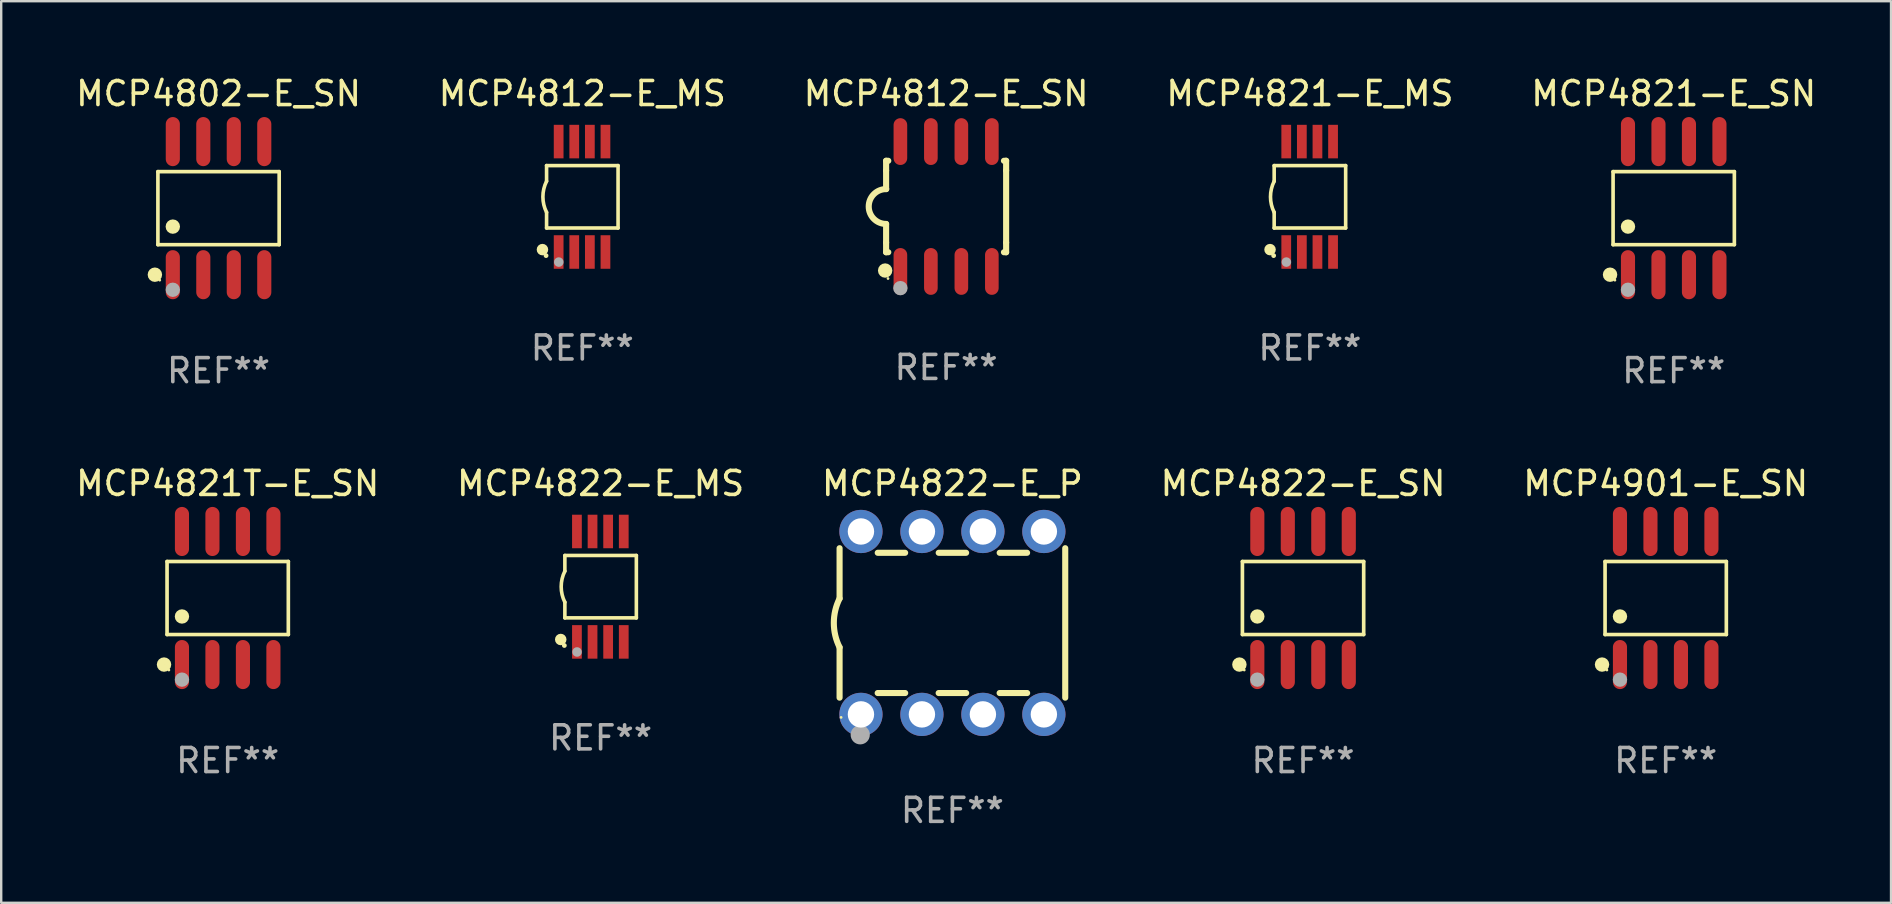
<source format=kicad_pcb>
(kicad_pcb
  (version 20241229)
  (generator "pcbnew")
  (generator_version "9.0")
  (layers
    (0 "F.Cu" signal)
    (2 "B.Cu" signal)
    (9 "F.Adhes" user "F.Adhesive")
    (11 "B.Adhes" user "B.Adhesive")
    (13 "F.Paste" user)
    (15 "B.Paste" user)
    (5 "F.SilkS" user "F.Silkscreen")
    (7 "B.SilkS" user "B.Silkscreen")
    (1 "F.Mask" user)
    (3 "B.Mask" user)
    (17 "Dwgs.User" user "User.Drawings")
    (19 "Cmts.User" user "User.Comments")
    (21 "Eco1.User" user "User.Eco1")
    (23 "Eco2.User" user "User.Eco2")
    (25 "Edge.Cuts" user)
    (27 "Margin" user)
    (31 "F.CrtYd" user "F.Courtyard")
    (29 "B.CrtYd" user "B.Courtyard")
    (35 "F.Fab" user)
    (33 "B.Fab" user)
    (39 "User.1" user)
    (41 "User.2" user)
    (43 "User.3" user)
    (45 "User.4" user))
  (footprint "MCP4802-E_SN"
    (layer "F.Cu")
    (at 6.054 5.621)
    (property "Reference" "MCP4802-E_SN" (at 0 -4.772 0) (layer "F.SilkS") (effects (font (size 1 1) (thickness 0.15))))
    (attr through_hole)
    (fp_line (start -2.526 -1.521) (end 2.526 -1.521) (stroke (width 0.152) (type solid)) (layer "F.SilkS"))
    (fp_line (start -2.526 1.521) (end -2.526 -1.521) (stroke (width 0.152) (type solid)) (layer "F.SilkS"))
    (fp_line (start 2.526 -1.521) (end 2.526 1.521) (stroke (width 0.152) (type solid)) (layer "F.SilkS"))
    (fp_line (start 2.526 1.521) (end -2.526 1.521) (stroke (width 0.152) (type solid)) (layer "F.SilkS"))
    (fp_circle (center -2.652 2.772) (end -2.501 2.772) (stroke (width 0.3) (type solid)) (fill no) (layer "F.SilkS"))
    (fp_circle (center -2.45 3) (end -2.42 3) (stroke (width 0.06) (type solid)) (fill no) (layer "F.SilkS"))
    (fp_circle (center -1.905 0.769) (end -1.755 0.769) (stroke (width 0.3) (type solid)) (fill no) (layer "F.SilkS"))
    (fp_circle (center -1.905 3.4) (end -1.755 3.4) (stroke (width 0.3) (type solid)) (fill no) (layer "F.Fab"))
    (fp_text user "REF**" (at 0 6.772 0) (layer "F.Fab") (effects (font (size 1 1) (thickness 0.15))))
    (pad "1" smd oval (at -1.905 2.772) (size 0.588 2.045) (layers "F.Cu" "F.Mask" "F.Paste"))
    (pad "2" smd oval (at -0.635 2.772) (size 0.588 2.045) (layers "F.Cu" "F.Mask" "F.Paste"))
    (pad "3" smd oval (at 0.635 2.772) (size 0.588 2.045) (layers "F.Cu" "F.Mask" "F.Paste"))
    (pad "4" smd oval (at 1.905 2.772) (size 0.588 2.045) (layers "F.Cu" "F.Mask" "F.Paste"))
    (pad "5" smd oval (at 1.905 -2.772) (size 0.588 2.045) (layers "F.Cu" "F.Mask" "F.Paste"))
    (pad "6" smd oval (at 0.635 -2.772) (size 0.588 2.045) (layers "F.Cu" "F.Mask" "F.Paste"))
    (pad "7" smd oval (at -0.635 -2.772) (size 0.588 2.045) (layers "F.Cu" "F.Mask" "F.Paste"))
    (pad "8" smd oval (at -1.905 -2.772) (size 0.588 2.045) (layers "F.Cu" "F.Mask" "F.Paste")))
  (footprint "MCP4821-E_SN"
    (layer "F.Cu")
    (at 66.673 5.621)
    (property "Reference" "MCP4821-E_SN" (at 0 -4.772 0) (layer "F.SilkS") (effects (font (size 1 1) (thickness 0.15))))
    (attr through_hole)
    (fp_line (start -2.526 -1.521) (end 2.526 -1.521) (stroke (width 0.152) (type solid)) (layer "F.SilkS"))
    (fp_line (start -2.526 1.521) (end -2.526 -1.521) (stroke (width 0.152) (type solid)) (layer "F.SilkS"))
    (fp_line (start 2.526 -1.521) (end 2.526 1.521) (stroke (width 0.152) (type solid)) (layer "F.SilkS"))
    (fp_line (start 2.526 1.521) (end -2.526 1.521) (stroke (width 0.152) (type solid)) (layer "F.SilkS"))
    (fp_circle (center -2.652 2.772) (end -2.501 2.772) (stroke (width 0.3) (type solid)) (fill no) (layer "F.SilkS"))
    (fp_circle (center -2.45 3) (end -2.42 3) (stroke (width 0.06) (type solid)) (fill no) (layer "F.SilkS"))
    (fp_circle (center -1.905 0.769) (end -1.755 0.769) (stroke (width 0.3) (type solid)) (fill no) (layer "F.SilkS"))
    (fp_circle (center -1.905 3.4) (end -1.755 3.4) (stroke (width 0.3) (type solid)) (fill no) (layer "F.Fab"))
    (fp_text user "REF**" (at 0 6.772 0) (layer "F.Fab") (effects (font (size 1 1) (thickness 0.15))))
    (pad "1" smd oval (at -1.905 2.772) (size 0.588 2.045) (layers "F.Cu" "F.Mask" "F.Paste"))
    (pad "2" smd oval (at -0.635 2.772) (size 0.588 2.045) (layers "F.Cu" "F.Mask" "F.Paste"))
    (pad "3" smd oval (at 0.635 2.772) (size 0.588 2.045) (layers "F.Cu" "F.Mask" "F.Paste"))
    (pad "4" smd oval (at 1.905 2.772) (size 0.588 2.045) (layers "F.Cu" "F.Mask" "F.Paste"))
    (pad "5" smd oval (at 1.905 -2.772) (size 0.588 2.045) (layers "F.Cu" "F.Mask" "F.Paste"))
    (pad "6" smd oval (at 0.635 -2.772) (size 0.588 2.045) (layers "F.Cu" "F.Mask" "F.Paste"))
    (pad "7" smd oval (at -0.635 -2.772) (size 0.588 2.045) (layers "F.Cu" "F.Mask" "F.Paste"))
    (pad "8" smd oval (at -1.905 -2.772) (size 0.588 2.045) (layers "F.Cu" "F.Mask" "F.Paste")))
  (footprint "MCP4821T-E_SN"
    (layer "F.Cu")
    (at 6.435 21.862)
    (property "Reference" "MCP4821T-E_SN" (at 0 -4.772 0) (layer "F.SilkS") (effects (font (size 1 1) (thickness 0.15))))
    (attr through_hole)
    (fp_line (start -2.526 -1.521) (end 2.526 -1.521) (stroke (width 0.152) (type solid)) (layer "F.SilkS"))
    (fp_line (start -2.526 1.521) (end -2.526 -1.521) (stroke (width 0.152) (type solid)) (layer "F.SilkS"))
    (fp_line (start 2.526 -1.521) (end 2.526 1.521) (stroke (width 0.152) (type solid)) (layer "F.SilkS"))
    (fp_line (start 2.526 1.521) (end -2.526 1.521) (stroke (width 0.152) (type solid)) (layer "F.SilkS"))
    (fp_circle (center -2.652 2.772) (end -2.501 2.772) (stroke (width 0.3) (type solid)) (fill no) (layer "F.SilkS"))
    (fp_circle (center -2.45 3) (end -2.42 3) (stroke (width 0.06) (type solid)) (fill no) (layer "F.SilkS"))
    (fp_circle (center -1.905 0.769) (end -1.755 0.769) (stroke (width 0.3) (type solid)) (fill no) (layer "F.SilkS"))
    (fp_circle (center -1.905 3.4) (end -1.755 3.4) (stroke (width 0.3) (type solid)) (fill no) (layer "F.Fab"))
    (fp_text user "REF**" (at 0 6.772 0) (layer "F.Fab") (effects (font (size 1 1) (thickness 0.15))))
    (pad "1" smd oval (at -1.905 2.772) (size 0.588 2.045) (layers "F.Cu" "F.Mask" "F.Paste"))
    (pad "2" smd oval (at -0.635 2.772) (size 0.588 2.045) (layers "F.Cu" "F.Mask" "F.Paste"))
    (pad "3" smd oval (at 0.635 2.772) (size 0.588 2.045) (layers "F.Cu" "F.Mask" "F.Paste"))
    (pad "4" smd oval (at 1.905 2.772) (size 0.588 2.045) (layers "F.Cu" "F.Mask" "F.Paste"))
    (pad "5" smd oval (at 1.905 -2.772) (size 0.588 2.045) (layers "F.Cu" "F.Mask" "F.Paste"))
    (pad "6" smd oval (at 0.635 -2.772) (size 0.588 2.045) (layers "F.Cu" "F.Mask" "F.Paste"))
    (pad "7" smd oval (at -0.635 -2.772) (size 0.588 2.045) (layers "F.Cu" "F.Mask" "F.Paste"))
    (pad "8" smd oval (at -1.905 -2.772) (size 0.588 2.045) (layers "F.Cu" "F.Mask" "F.Paste")))
  (footprint "MCP4812-E_SN"
    (layer "F.Cu")
    (at 36.363 5.553)
    (property "Reference" "MCP4812-E_SN" (at 0 -4.705 0) (layer "F.SilkS") (effects (font (size 1 1) (thickness 0.15))))
    (attr through_hole)
    (fp_line (start -2.5 -1.905) (end -2.409 -1.905) (stroke (width 0.254) (type solid)) (layer "F.SilkS"))
    (fp_line (start -2.5 -1.5) (end -2.5 -1.905) (stroke (width 0.254) (type solid)) (layer "F.SilkS"))
    (fp_line (start -2.5 -1.5) (end -2.5 -0.726) (stroke (width 0.254) (type solid)) (layer "F.SilkS"))
    (fp_line (start -2.5 1.5) (end -2.5 0.727) (stroke (width 0.254) (type solid)) (layer "F.SilkS"))
    (fp_line (start -2.5 1.5) (end -2.5 1.905) (stroke (width 0.254) (type solid)) (layer "F.SilkS"))
    (fp_line (start -2.5 1.905) (end -2.409 1.905) (stroke (width 0.254) (type solid)) (layer "F.SilkS"))
    (fp_line (start 2.5 -1.905) (end 2.409 -1.905) (stroke (width 0.254) (type solid)) (layer "F.SilkS"))
    (fp_line (start 2.5 -1.5) (end 2.5 -1.905) (stroke (width 0.254) (type solid)) (layer "F.SilkS"))
    (fp_line (start 2.5 -1.5) (end 2.5 1.5) (stroke (width 0.254) (type solid)) (layer "F.SilkS"))
    (fp_line (start 2.5 1.5) (end 2.5 1.905) (stroke (width 0.254) (type solid)) (layer "F.SilkS"))
    (fp_line (start 2.5 1.905) (end 2.409 1.905) (stroke (width 0.254) (type solid)) (layer "F.SilkS"))
    (fp_arc (start -2.5 0.726568) (mid -3.220316 -0.0023) (end -2.495097 -0.726289) (stroke (width 0.254001) (type solid)) (layer "F.SilkS"))
    (fp_circle (center -2.54 2.667) (end -2.39 2.667) (stroke (width 0.3) (type solid)) (fill no) (layer "F.SilkS"))
    (fp_circle (center -2.42 3) (end -2.39 3) (stroke (width 0.06) (type solid)) (fill no) (layer "F.SilkS"))
    (fp_circle (center -1.905 3.4) (end -1.755 3.4) (stroke (width 0.3) (type solid)) (fill no) (layer "F.Fab"))
    (fp_text user "REF**" (at 0 6.705 0) (layer "F.Fab") (effects (font (size 1 1) (thickness 0.15))))
    (pad "1" smd oval (at -1.905 2.705) (size 0.568 1.95) (layers "F.Cu" "F.Mask" "F.Paste"))
    (pad "2" smd oval (at -0.635 2.705) (size 0.568 1.95) (layers "F.Cu" "F.Mask" "F.Paste"))
    (pad "3" smd oval (at 0.635 2.705) (size 0.568 1.95) (layers "F.Cu" "F.Mask" "F.Paste"))
    (pad "4" smd oval (at 1.905 2.705) (size 0.568 1.95) (layers "F.Cu" "F.Mask" "F.Paste"))
    (pad "5" smd oval (at 1.905 -2.705) (size 0.568 1.95) (layers "F.Cu" "F.Mask" "F.Paste"))
    (pad "6" smd oval (at 0.635 -2.705) (size 0.568 1.95) (layers "F.Cu" "F.Mask" "F.Paste"))
    (pad "7" smd oval (at -0.635 -2.705) (size 0.568 1.95) (layers "F.Cu" "F.Mask" "F.Paste"))
    (pad "8" smd oval (at -1.905 -2.705) (size 0.568 1.95) (layers "F.Cu" "F.Mask" "F.Paste")))
  (footprint "MCP4822-E_SN"
    (layer "F.Cu")
    (at 51.232 21.862)
    (property "Reference" "MCP4822-E_SN" (at 0 -4.772 0) (layer "F.SilkS") (effects (font (size 1 1) (thickness 0.15))))
    (attr through_hole)
    (fp_line (start -2.526 -1.521) (end 2.526 -1.521) (stroke (width 0.152) (type solid)) (layer "F.SilkS"))
    (fp_line (start -2.526 1.521) (end -2.526 -1.521) (stroke (width 0.152) (type solid)) (layer "F.SilkS"))
    (fp_line (start 2.526 -1.521) (end 2.526 1.521) (stroke (width 0.152) (type solid)) (layer "F.SilkS"))
    (fp_line (start 2.526 1.521) (end -2.526 1.521) (stroke (width 0.152) (type solid)) (layer "F.SilkS"))
    (fp_circle (center -2.652 2.772) (end -2.501 2.772) (stroke (width 0.3) (type solid)) (fill no) (layer "F.SilkS"))
    (fp_circle (center -2.45 3) (end -2.42 3) (stroke (width 0.06) (type solid)) (fill no) (layer "F.SilkS"))
    (fp_circle (center -1.905 0.769) (end -1.755 0.769) (stroke (width 0.3) (type solid)) (fill no) (layer "F.SilkS"))
    (fp_circle (center -1.905 3.4) (end -1.755 3.4) (stroke (width 0.3) (type solid)) (fill no) (layer "F.Fab"))
    (fp_text user "REF**" (at 0 6.772 0) (layer "F.Fab") (effects (font (size 1 1) (thickness 0.15))))
    (pad "1" smd oval (at -1.905 2.772) (size 0.588 2.045) (layers "F.Cu" "F.Mask" "F.Paste"))
    (pad "2" smd oval (at -0.635 2.772) (size 0.588 2.045) (layers "F.Cu" "F.Mask" "F.Paste"))
    (pad "3" smd oval (at 0.635 2.772) (size 0.588 2.045) (layers "F.Cu" "F.Mask" "F.Paste"))
    (pad "4" smd oval (at 1.905 2.772) (size 0.588 2.045) (layers "F.Cu" "F.Mask" "F.Paste"))
    (pad "5" smd oval (at 1.905 -2.772) (size 0.588 2.045) (layers "F.Cu" "F.Mask" "F.Paste"))
    (pad "6" smd oval (at 0.635 -2.772) (size 0.588 2.045) (layers "F.Cu" "F.Mask" "F.Paste"))
    (pad "7" smd oval (at -0.635 -2.772) (size 0.588 2.045) (layers "F.Cu" "F.Mask" "F.Paste"))
    (pad "8" smd oval (at -1.905 -2.772) (size 0.588 2.045) (layers "F.Cu" "F.Mask" "F.Paste")))
  (footprint "MCP4822-E_P"
    (layer "F.Cu")
    (at 36.625 22.9)
    (property "Reference" "MCP4822-E_P" (at 0 -5.81 0) (layer "F.SilkS") (effects (font (size 1 1) (thickness 0.15))))
    (attr through_hole)
    (fp_line (start -4.7 -1.017) (end -4.7 -3.113) (stroke (width 0.254) (type solid)) (layer "F.SilkS"))
    (fp_line (start -4.7 1.015) (end -4.7 3.113) (stroke (width 0.254) (type solid)) (layer "F.SilkS"))
    (fp_line (start -3.113 2.92) (end -1.967 2.92) (stroke (width 0.254) (type solid)) (layer "F.SilkS"))
    (fp_line (start -3.111 -2.922) (end -1.969 -2.922) (stroke (width 0.254) (type solid)) (layer "F.SilkS"))
    (fp_line (start -0.573 2.92) (end 0.573 2.92) (stroke (width 0.254) (type solid)) (layer "F.SilkS"))
    (fp_line (start -0.571 -2.922) (end 0.571 -2.922) (stroke (width 0.254) (type solid)) (layer "F.SilkS"))
    (fp_line (start 1.967 2.92) (end 3.113 2.92) (stroke (width 0.254) (type solid)) (layer "F.SilkS"))
    (fp_line (start 1.969 -2.922) (end 3.111 -2.922) (stroke (width 0.254) (type solid)) (layer "F.SilkS"))
    (fp_line (start 4.7 -3.113) (end 4.7 3.113) (stroke (width 0.254) (type solid)) (layer "F.SilkS"))
    (fp_arc (start -4.7 1.01524) (mid -4.939846 -0.000762) (end -4.7 -1.016764) (stroke (width 0.254001) (type solid)) (layer "F.SilkS"))
    (fp_circle (center -4.636 3.935) (end -4.606 3.935) (stroke (width 0.06) (type solid)) (fill no) (layer "F.SilkS"))
    (fp_circle (center -3.84 4.66) (end -3.64 4.66) (stroke (width 0.4) (type solid)) (fill no) (layer "F.Fab"))
    (fp_text user "REF**" (at 0 7.81 0) (layer "F.Fab") (effects (font (size 1 1) (thickness 0.15))))
    (pad "1" thru_hole circle (at -3.81 3.81) (size 1.8 1.8) (drill 1.1) (layers "*.Cu" "*.Mask"))
    (pad "2" thru_hole circle (at -1.27 3.81) (size 1.8 1.8) (drill 1.1) (layers "*.Cu" "*.Mask"))
    (pad "3" thru_hole circle (at 1.27 3.81) (size 1.8 1.8) (drill 1.1) (layers "*.Cu" "*.Mask"))
    (pad "4" thru_hole circle (at 3.81 3.81) (size 1.8 1.8) (drill 1.1) (layers "*.Cu" "*.Mask"))
    (pad "5" thru_hole circle (at 3.81 -3.81) (size 1.8 1.8) (drill 1.1) (layers "*.Cu" "*.Mask"))
    (pad "6" thru_hole circle (at 1.27 -3.81) (size 1.8 1.8) (drill 1.1) (layers "*.Cu" "*.Mask"))
    (pad "7" thru_hole circle (at -1.27 -3.81) (size 1.8 1.8) (drill 1.1) (layers "*.Cu" "*.Mask"))
    (pad "8" thru_hole circle (at -3.81 -3.81) (size 1.8 1.8) (drill 1.1) (layers "*.Cu" "*.Mask")))
  (footprint "MCP4901-E_SN"
    (layer "F.Cu")
    (at 66.339 21.862)
    (property "Reference" "MCP4901-E_SN" (at 0 -4.772 0) (layer "F.SilkS") (effects (font (size 1 1) (thickness 0.15))))
    (attr through_hole)
    (fp_line (start -2.526 -1.521) (end 2.526 -1.521) (stroke (width 0.152) (type solid)) (layer "F.SilkS"))
    (fp_line (start -2.526 1.521) (end -2.526 -1.521) (stroke (width 0.152) (type solid)) (layer "F.SilkS"))
    (fp_line (start 2.526 -1.521) (end 2.526 1.521) (stroke (width 0.152) (type solid)) (layer "F.SilkS"))
    (fp_line (start 2.526 1.521) (end -2.526 1.521) (stroke (width 0.152) (type solid)) (layer "F.SilkS"))
    (fp_circle (center -2.652 2.772) (end -2.501 2.772) (stroke (width 0.3) (type solid)) (fill no) (layer "F.SilkS"))
    (fp_circle (center -2.45 3) (end -2.42 3) (stroke (width 0.06) (type solid)) (fill no) (layer "F.SilkS"))
    (fp_circle (center -1.905 0.769) (end -1.755 0.769) (stroke (width 0.3) (type solid)) (fill no) (layer "F.SilkS"))
    (fp_circle (center -1.905 3.4) (end -1.755 3.4) (stroke (width 0.3) (type solid)) (fill no) (layer "F.Fab"))
    (fp_text user "REF**" (at 0 6.772 0) (layer "F.Fab") (effects (font (size 1 1) (thickness 0.15))))
    (pad "1" smd oval (at -1.905 2.772) (size 0.588 2.045) (layers "F.Cu" "F.Mask" "F.Paste"))
    (pad "2" smd oval (at -0.635 2.772) (size 0.588 2.045) (layers "F.Cu" "F.Mask" "F.Paste"))
    (pad "3" smd oval (at 0.635 2.772) (size 0.588 2.045) (layers "F.Cu" "F.Mask" "F.Paste"))
    (pad "4" smd oval (at 1.905 2.772) (size 0.588 2.045) (layers "F.Cu" "F.Mask" "F.Paste"))
    (pad "5" smd oval (at 1.905 -2.772) (size 0.588 2.045) (layers "F.Cu" "F.Mask" "F.Paste"))
    (pad "6" smd oval (at 0.635 -2.772) (size 0.588 2.045) (layers "F.Cu" "F.Mask" "F.Paste"))
    (pad "7" smd oval (at -0.635 -2.772) (size 0.588 2.045) (layers "F.Cu" "F.Mask" "F.Paste"))
    (pad "8" smd oval (at -1.905 -2.772) (size 0.588 2.045) (layers "F.Cu" "F.Mask" "F.Paste")))
  (footprint "MCP4821-E_MS"
    (layer "F.Cu")
    (at 51.518 5.148)
    (property "Reference" "MCP4821-E_MS" (at 0 -4.3 0) (layer "F.SilkS") (effects (font (size 1 1) (thickness 0.15))))
    (attr through_hole)
    (fp_line (start -1.489 -1.3) (end -1.489 -0.648) (stroke (width 0.15) (type solid)) (layer "F.SilkS"))
    (fp_line (start -1.489 0.648) (end -1.489 1.3) (stroke (width 0.15) (type solid)) (layer "F.SilkS"))
    (fp_line (start -1.489 1.3) (end 1.489 1.3) (stroke (width 0.15) (type solid)) (layer "F.SilkS"))
    (fp_line (start 1.489 -1.3) (end -1.489 -1.3) (stroke (width 0.15) (type solid)) (layer "F.SilkS"))
    (fp_line (start 1.489 1.3) (end 1.489 -1.3) (stroke (width 0.15) (type solid)) (layer "F.SilkS"))
    (fp_arc (start -1.489205 0.647702) (mid -1.642107 0) (end -1.489205 -0.647701) (stroke (width 0.150013) (type solid)) (layer "F.SilkS"))
    (fp_circle (center -1.661 2.2) (end -1.541 2.2) (stroke (width 0.24) (type solid)) (fill no) (layer "F.SilkS"))
    (fp_circle (center -1.511 2.45) (end -1.461 2.45) (stroke (width 0.1) (type solid)) (fill no) (layer "F.SilkS"))
    (fp_circle (center -0.981 2.72) (end -0.881 2.72) (stroke (width 0.2) (type solid)) (fill no) (layer "F.Fab"))
    (fp_text user "REF**" (at 0 6.3 0) (layer "F.Fab") (effects (font (size 1 1) (thickness 0.15))))
    (pad "1" smd rect (at -0.986 2.3) (size 0.406 1.397) (layers "F.Cu" "F.Mask" "F.Paste"))
    (pad "2" smd rect (at -0.336 2.3) (size 0.406 1.397) (layers "F.Cu" "F.Mask" "F.Paste"))
    (pad "3" smd rect (at 0.314 2.3) (size 0.406 1.397) (layers "F.Cu" "F.Mask" "F.Paste"))
    (pad "4" smd rect (at 0.964 2.3) (size 0.406 1.397) (layers "F.Cu" "F.Mask" "F.Paste"))
    (pad "5" smd rect (at 0.964 -2.3) (size 0.406 1.397) (layers "F.Cu" "F.Mask" "F.Paste"))
    (pad "6" smd rect (at 0.314 -2.3) (size 0.406 1.397) (layers "F.Cu" "F.Mask" "F.Paste"))
    (pad "7" smd rect (at -0.336 -2.3) (size 0.406 1.397) (layers "F.Cu" "F.Mask" "F.Paste"))
    (pad "8" smd rect (at -0.986 -2.3) (size 0.406 1.397) (layers "F.Cu" "F.Mask" "F.Paste")))
  (footprint "MCP4812-E_MS"
    (layer "F.Cu")
    (at 21.208 5.148)
    (property "Reference" "MCP4812-E_MS" (at 0 -4.3 0) (layer "F.SilkS") (effects (font (size 1 1) (thickness 0.15))))
    (attr through_hole)
    (fp_line (start -1.489 -1.3) (end -1.489 -0.648) (stroke (width 0.15) (type solid)) (layer "F.SilkS"))
    (fp_line (start -1.489 0.648) (end -1.489 1.3) (stroke (width 0.15) (type solid)) (layer "F.SilkS"))
    (fp_line (start -1.489 1.3) (end 1.489 1.3) (stroke (width 0.15) (type solid)) (layer "F.SilkS"))
    (fp_line (start 1.489 -1.3) (end -1.489 -1.3) (stroke (width 0.15) (type solid)) (layer "F.SilkS"))
    (fp_line (start 1.489 1.3) (end 1.489 -1.3) (stroke (width 0.15) (type solid)) (layer "F.SilkS"))
    (fp_arc (start -1.489205 0.647702) (mid -1.642107 0) (end -1.489205 -0.647701) (stroke (width 0.150013) (type solid)) (layer "F.SilkS"))
    (fp_circle (center -1.661 2.2) (end -1.541 2.2) (stroke (width 0.24) (type solid)) (fill no) (layer "F.SilkS"))
    (fp_circle (center -1.511 2.45) (end -1.461 2.45) (stroke (width 0.1) (type solid)) (fill no) (layer "F.SilkS"))
    (fp_circle (center -0.981 2.72) (end -0.881 2.72) (stroke (width 0.2) (type solid)) (fill no) (layer "F.Fab"))
    (fp_text user "REF**" (at 0 6.3 0) (layer "F.Fab") (effects (font (size 1 1) (thickness 0.15))))
    (pad "1" smd rect (at -0.986 2.3) (size 0.406 1.397) (layers "F.Cu" "F.Mask" "F.Paste"))
    (pad "2" smd rect (at -0.336 2.3) (size 0.406 1.397) (layers "F.Cu" "F.Mask" "F.Paste"))
    (pad "3" smd rect (at 0.314 2.3) (size 0.406 1.397) (layers "F.Cu" "F.Mask" "F.Paste"))
    (pad "4" smd rect (at 0.964 2.3) (size 0.406 1.397) (layers "F.Cu" "F.Mask" "F.Paste"))
    (pad "5" smd rect (at 0.964 -2.3) (size 0.406 1.397) (layers "F.Cu" "F.Mask" "F.Paste"))
    (pad "6" smd rect (at 0.314 -2.3) (size 0.406 1.397) (layers "F.Cu" "F.Mask" "F.Paste"))
    (pad "7" smd rect (at -0.336 -2.3) (size 0.406 1.397) (layers "F.Cu" "F.Mask" "F.Paste"))
    (pad "8" smd rect (at -0.986 -2.3) (size 0.406 1.397) (layers "F.Cu" "F.Mask" "F.Paste")))
  (footprint "MCP4822-E_MS"
    (layer "F.Cu")
    (at 21.97 21.39)
    (property "Reference" "MCP4822-E_MS" (at 0 -4.3 0) (layer "F.SilkS") (effects (font (size 1 1) (thickness 0.15))))
    (attr through_hole)
    (fp_line (start -1.489 -1.3) (end -1.489 -0.648) (stroke (width 0.15) (type solid)) (layer "F.SilkS"))
    (fp_line (start -1.489 0.648) (end -1.489 1.3) (stroke (width 0.15) (type solid)) (layer "F.SilkS"))
    (fp_line (start -1.489 1.3) (end 1.489 1.3) (stroke (width 0.15) (type solid)) (layer "F.SilkS"))
    (fp_line (start 1.489 -1.3) (end -1.489 -1.3) (stroke (width 0.15) (type solid)) (layer "F.SilkS"))
    (fp_line (start 1.489 1.3) (end 1.489 -1.3) (stroke (width 0.15) (type solid)) (layer "F.SilkS"))
    (fp_arc (start -1.489205 0.647702) (mid -1.642107 0) (end -1.489205 -0.647701) (stroke (width 0.150013) (type solid)) (layer "F.SilkS"))
    (fp_circle (center -1.661 2.2) (end -1.541 2.2) (stroke (width 0.24) (type solid)) (fill no) (layer "F.SilkS"))
    (fp_circle (center -1.511 2.45) (end -1.461 2.45) (stroke (width 0.1) (type solid)) (fill no) (layer "F.SilkS"))
    (fp_circle (center -0.981 2.72) (end -0.881 2.72) (stroke (width 0.2) (type solid)) (fill no) (layer "F.Fab"))
    (fp_text user "REF**" (at 0 6.3 0) (layer "F.Fab") (effects (font (size 1 1) (thickness 0.15))))
    (pad "1" smd rect (at -0.986 2.3) (size 0.406 1.397) (layers "F.Cu" "F.Mask" "F.Paste"))
    (pad "2" smd rect (at -0.336 2.3) (size 0.406 1.397) (layers "F.Cu" "F.Mask" "F.Paste"))
    (pad "3" smd rect (at 0.314 2.3) (size 0.406 1.397) (layers "F.Cu" "F.Mask" "F.Paste"))
    (pad "4" smd rect (at 0.964 2.3) (size 0.406 1.397) (layers "F.Cu" "F.Mask" "F.Paste"))
    (pad "5" smd rect (at 0.964 -2.3) (size 0.406 1.397) (layers "F.Cu" "F.Mask" "F.Paste"))
    (pad "6" smd rect (at 0.314 -2.3) (size 0.406 1.397) (layers "F.Cu" "F.Mask" "F.Paste"))
    (pad "7" smd rect (at -0.336 -2.3) (size 0.406 1.397) (layers "F.Cu" "F.Mask" "F.Paste"))
    (pad "8" smd rect (at -0.986 -2.3) (size 0.406 1.397) (layers "F.Cu" "F.Mask" "F.Paste")))
  (gr_rect
    (start -3 -3)
    (end 75.726 34.558)
    (stroke (width 0.1) (type default))
    (fill no)
    (layer "Edge.Cuts")))
</source>
